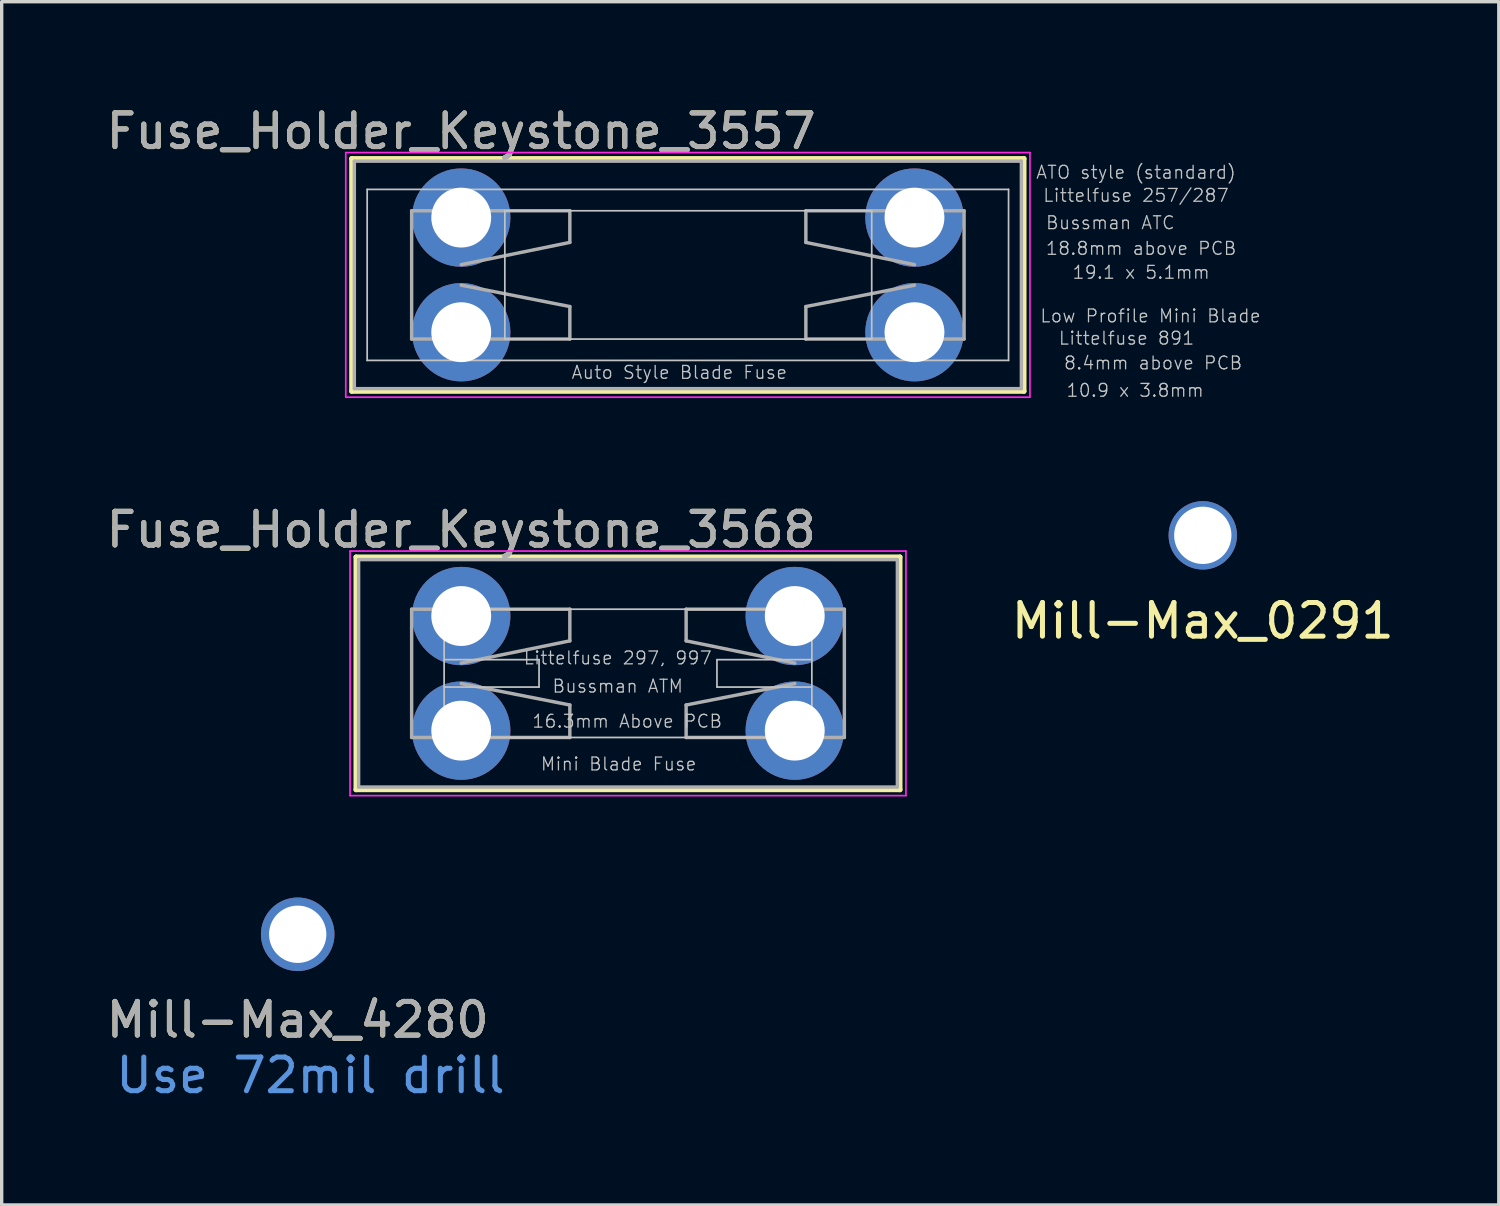
<source format=kicad_pcb>
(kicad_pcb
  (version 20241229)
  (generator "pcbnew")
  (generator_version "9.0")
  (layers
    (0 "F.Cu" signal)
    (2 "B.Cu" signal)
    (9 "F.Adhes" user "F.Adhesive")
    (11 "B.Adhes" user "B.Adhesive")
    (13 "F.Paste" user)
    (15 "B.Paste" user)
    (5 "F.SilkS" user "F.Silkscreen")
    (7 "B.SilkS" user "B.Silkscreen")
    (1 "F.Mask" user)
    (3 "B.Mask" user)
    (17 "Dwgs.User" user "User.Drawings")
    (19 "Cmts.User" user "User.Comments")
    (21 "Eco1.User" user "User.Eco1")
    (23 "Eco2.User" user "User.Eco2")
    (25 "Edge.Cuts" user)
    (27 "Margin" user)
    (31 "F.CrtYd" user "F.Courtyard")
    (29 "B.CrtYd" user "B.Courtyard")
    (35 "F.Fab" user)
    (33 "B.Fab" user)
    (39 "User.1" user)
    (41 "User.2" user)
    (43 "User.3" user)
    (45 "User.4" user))
  (footprint "Mill-Max_4280"
    (layer "F.Cu")
    (at 5.792 24.699)
    (property "Reference" "Mill-Max_4280" (at 0 2.54 0) (layer "F.Fab") (effects (font (size 1 1) (thickness 0.15))))
    (attr through_hole)
    (fp_text user "${REFERENCE}" (at 0 2.54 0) (layer "F.SilkS") (effects (font (size 1 1) (thickness 0.15))))
    (fp_text user "Use 72mil drill" (at 0.381 4.191 0) (layer "Cmts.User") (effects (font (size 1 1) (thickness 0.15))))
    (fp_text user "${REFERENCE}" (at 0 0 0) (layer "Eco1.User") (effects (font (size 0.508 0.508) (thickness 0.051))))
    (pad "1" thru_hole circle (at 0 0) (size 2.184 2.184) (drill 1.702) (layers "*.Cu" "*.Mask")))
  (footprint "Fuse_Holder_Keystone_3557"
    (layer "F.Cu")
    (at 10.649 6.817)
    (property "Reference" "Fuse_Holder_Keystone_3557" (at 0 -5.969 0) (layer "F.Fab") (effects (font (size 1 1) (thickness 0.15))))
    (attr through_hole)
    (fp_line (start -3.251 -5.156) (end 16.713 -5.156) (stroke (width 0.152) (type solid)) (layer "F.SilkS"))
    (fp_line (start -3.251 1.753) (end -3.251 -5.156) (stroke (width 0.152) (type solid)) (layer "F.SilkS"))
    (fp_line (start 16.713 -5.156) (end 16.713 1.753) (stroke (width 0.152) (type solid)) (layer "F.SilkS"))
    (fp_line (start 16.713 1.753) (end -3.251 1.753) (stroke (width 0.152) (type solid)) (layer "F.SilkS"))
    (fp_line (start -2.794 -4.242) (end -2.794 0.838) (stroke (width 0.051) (type solid)) (layer "Dwgs.User"))
    (fp_line (start -2.794 -4.242) (end 16.256 -4.242) (stroke (width 0.051) (type solid)) (layer "Dwgs.User"))
    (fp_line (start -2.794 0.838) (end 16.256 0.838) (stroke (width 0.051) (type solid)) (layer "Dwgs.User"))
    (fp_line (start 1.295 -3.607) (end 1.295 0.203) (stroke (width 0.051) (type solid)) (layer "Dwgs.User"))
    (fp_line (start 1.295 -3.607) (end 12.192 -3.607) (stroke (width 0.051) (type solid)) (layer "Dwgs.User"))
    (fp_line (start 1.295 0.203) (end 12.192 0.203) (stroke (width 0.051) (type solid)) (layer "Dwgs.User"))
    (fp_line (start 12.192 -3.607) (end 12.192 0.203) (stroke (width 0.051) (type solid)) (layer "Dwgs.User"))
    (fp_line (start 16.256 -4.242) (end 16.256 0.838) (stroke (width 0.051) (type solid)) (layer "Dwgs.User"))
    (fp_line (start -3.429 -5.334) (end 16.891 -5.334) (stroke (width 0.051) (type solid)) (layer "F.CrtYd"))
    (fp_line (start -3.429 1.93) (end -3.429 -5.334) (stroke (width 0.051) (type solid)) (layer "F.CrtYd"))
    (fp_line (start 16.891 -5.334) (end 16.891 1.93) (stroke (width 0.051) (type solid)) (layer "F.CrtYd"))
    (fp_line (start 16.891 1.93) (end -3.429 1.93) (stroke (width 0.051) (type solid)) (layer "F.CrtYd"))
    (fp_line (start -3.175 -5.08) (end 16.637 -5.08) (stroke (width 0.102) (type solid)) (layer "F.Fab"))
    (fp_line (start -3.175 1.676) (end -3.175 -5.08) (stroke (width 0.102) (type solid)) (layer "F.Fab"))
    (fp_line (start -1.473 -3.607) (end -1.473 0.203) (stroke (width 0.102) (type solid)) (layer "F.Fab"))
    (fp_line (start -1.473 -3.607) (end 3.226 -3.607) (stroke (width 0.102) (type solid)) (layer "F.Fab"))
    (fp_line (start -1.473 0.203) (end 3.226 0.203) (stroke (width 0.102) (type solid)) (layer "F.Fab"))
    (fp_line (start 0 -2.007) (end 3.226 -2.667) (stroke (width 0.102) (type solid)) (layer "F.Fab"))
    (fp_line (start 0 -1.397) (end 3.226 -0.762) (stroke (width 0.102) (type solid)) (layer "F.Fab"))
    (fp_line (start 3.226 -3.607) (end 3.226 -2.667) (stroke (width 0.102) (type solid)) (layer "F.Fab"))
    (fp_line (start 3.226 -0.762) (end 3.226 0.203) (stroke (width 0.102) (type solid)) (layer "F.Fab"))
    (fp_line (start 10.236 -3.607) (end 10.236 -2.667) (stroke (width 0.102) (type solid)) (layer "F.Fab"))
    (fp_line (start 10.236 -3.607) (end 14.935 -3.607) (stroke (width 0.102) (type solid)) (layer "F.Fab"))
    (fp_line (start 10.236 -2.667) (end 13.462 -2.007) (stroke (width 0.102) (type solid)) (layer "F.Fab"))
    (fp_line (start 10.236 -0.762) (end 13.462 -1.397) (stroke (width 0.102) (type solid)) (layer "F.Fab"))
    (fp_line (start 10.236 0.203) (end 10.236 -0.762) (stroke (width 0.102) (type solid)) (layer "F.Fab"))
    (fp_line (start 10.236 0.203) (end 14.935 0.203) (stroke (width 0.102) (type solid)) (layer "F.Fab"))
    (fp_line (start 14.935 -3.607) (end 14.935 0.203) (stroke (width 0.102) (type solid)) (layer "F.Fab"))
    (fp_line (start 16.637 -5.08) (end 16.637 1.676) (stroke (width 0.102) (type solid)) (layer "F.Fab"))
    (fp_line (start 16.637 1.676) (end -3.175 1.676) (stroke (width 0.102) (type solid)) (layer "F.Fab"))
    (fp_text user "${REFERENCE}" (at 0 -5.969 0) (layer "F.SilkS") (effects (font (size 1 1) (thickness 0.15))))
    (fp_text user "ATO style (standard)" (at 20.041 -4.75 0) (layer "Dwgs.User") (effects (font (size 0.381 0.381) (thickness 0.038))))
    (fp_text user "19.1 x 5.1mm" (at 20.193 -1.778 0) (layer "Dwgs.User") (effects (font (size 0.381 0.381) (thickness 0.038))))
    (fp_text user "Bussman ATC" (at 19.279 -3.251 0) (layer "Dwgs.User") (effects (font (size 0.381 0.381) (thickness 0.038))))
    (fp_text user "10.9 x 3.8mm" (at 20.015 1.727 0) (layer "Dwgs.User") (effects (font (size 0.381 0.381) (thickness 0.038))))
    (fp_text user "Littelfuse 257/287" (at 20.041 -4.064 0) (layer "Dwgs.User") (effects (font (size 0.381 0.381) (thickness 0.038))))
    (fp_text user "18.8mm above PCB" (at 20.193 -2.489 0) (layer "Dwgs.User") (effects (font (size 0.381 0.381) (thickness 0.038))))
    (fp_text user "Littelfuse 891" (at 19.761 0.178 0) (layer "Dwgs.User") (effects (font (size 0.381 0.381) (thickness 0.038))))
    (fp_text user "Auto Style Blade Fuse" (at 6.477 1.194 0) (layer "Dwgs.User") (effects (font (size 0.381 0.381) (thickness 0.038))))
    (fp_text user "Low Profile Mini Blade" (at 20.472 -0.483 0) (layer "Dwgs.User") (effects (font (size 0.381 0.381) (thickness 0.038))))
    (fp_text user "8.4mm above PCB" (at 20.549 0.914 0) (layer "Dwgs.User") (effects (font (size 0.381 0.381) (thickness 0.038))))
    (fp_text user "${REFERENCE}" (at 4.978 -4.242 0) (layer "Eco1.User") (effects (font (size 0.762 0.762) (thickness 0.076))))
    (pad "1" thru_hole circle (at 0 -3.404) (size 2.921 2.921) (drill 1.778) (layers "*.Cu" "*.Mask"))
    (pad "1" thru_hole circle (at 0 0) (size 2.921 2.921) (drill 1.778) (layers "*.Cu" "*.Mask"))
    (pad "2" thru_hole circle (at 13.462 -3.404) (size 2.921 2.921) (drill 1.778) (layers "*.Cu" "*.Mask"))
    (pad "2" thru_hole circle (at 13.462 0) (size 2.921 2.921) (drill 1.778) (layers "*.Cu" "*.Mask")))
  (footprint "Mill-Max_0291"
    (layer "F.Cu")
    (at 32.674 12.85)
    (property "Reference" "Mill-Max_0291" (at 0 2.54 0) (layer "F.SilkS") (effects (font (size 1 1) (thickness 0.15))))
    (attr through_hole)
    (pad "1" thru_hole circle (at 0 0) (size 2.032 2.032) (drill 1.702) (layers "*.Cu" "*.Mask")))
  (footprint "Fuse_Holder_Keystone_3568"
    (layer "F.Cu")
    (at 10.649 18.651)
    (property "Reference" "Fuse_Holder_Keystone_3568" (at 0 -5.969 0) (layer "F.Fab") (effects (font (size 1 1) (thickness 0.15))))
    (attr through_hole)
    (fp_line (start -3.124 -5.156) (end 13.03 -5.156) (stroke (width 0.152) (type solid)) (layer "F.SilkS"))
    (fp_line (start -3.124 1.753) (end -3.124 -5.156) (stroke (width 0.152) (type solid)) (layer "F.SilkS"))
    (fp_line (start 13.03 -5.156) (end 13.03 1.753) (stroke (width 0.152) (type solid)) (layer "F.SilkS"))
    (fp_line (start 13.03 1.753) (end -3.124 1.753) (stroke (width 0.152) (type solid)) (layer "F.SilkS"))
    (fp_line (start -0.508 -3.607) (end -0.508 0.203) (stroke (width 0.051) (type solid)) (layer "Dwgs.User"))
    (fp_line (start -0.508 -3.607) (end 10.414 -3.607) (stroke (width 0.051) (type solid)) (layer "Dwgs.User"))
    (fp_line (start -0.508 -2.108) (end 2.311 -2.108) (stroke (width 0.051) (type solid)) (layer "Dwgs.User"))
    (fp_line (start -0.508 -1.295) (end 2.311 -1.295) (stroke (width 0.051) (type solid)) (layer "Dwgs.User"))
    (fp_line (start -0.508 0.203) (end 10.414 0.203) (stroke (width 0.051) (type solid)) (layer "Dwgs.User"))
    (fp_line (start 2.311 -2.108) (end 2.311 -1.295) (stroke (width 0.051) (type solid)) (layer "Dwgs.User"))
    (fp_line (start 7.595 -2.108) (end 7.595 -1.295) (stroke (width 0.051) (type solid)) (layer "Dwgs.User"))
    (fp_line (start 7.595 -2.108) (end 10.414 -2.108) (stroke (width 0.051) (type solid)) (layer "Dwgs.User"))
    (fp_line (start 7.595 -1.295) (end 10.414 -1.295) (stroke (width 0.051) (type solid)) (layer "Dwgs.User"))
    (fp_line (start 10.414 -3.607) (end 10.414 0.203) (stroke (width 0.051) (type solid)) (layer "Dwgs.User"))
    (fp_line (start -3.302 -5.334) (end 13.208 -5.334) (stroke (width 0.051) (type solid)) (layer "F.CrtYd"))
    (fp_line (start -3.302 1.93) (end -3.302 -5.334) (stroke (width 0.051) (type solid)) (layer "F.CrtYd"))
    (fp_line (start 13.208 -5.334) (end 13.208 1.93) (stroke (width 0.051) (type solid)) (layer "F.CrtYd"))
    (fp_line (start 13.208 1.93) (end -3.302 1.93) (stroke (width 0.051) (type solid)) (layer "F.CrtYd"))
    (fp_line (start -3.048 -5.08) (end 12.954 -5.08) (stroke (width 0.102) (type solid)) (layer "F.Fab"))
    (fp_line (start -3.048 1.676) (end -3.048 -5.08) (stroke (width 0.102) (type solid)) (layer "F.Fab"))
    (fp_line (start -1.473 -3.607) (end -1.473 0.203) (stroke (width 0.102) (type solid)) (layer "F.Fab"))
    (fp_line (start -1.473 -3.607) (end 3.226 -3.607) (stroke (width 0.102) (type solid)) (layer "F.Fab"))
    (fp_line (start -1.473 0.203) (end 3.226 0.203) (stroke (width 0.102) (type solid)) (layer "F.Fab"))
    (fp_line (start 0 -2.007) (end 3.226 -2.667) (stroke (width 0.102) (type solid)) (layer "F.Fab"))
    (fp_line (start 0 -1.397) (end 3.226 -0.762) (stroke (width 0.102) (type solid)) (layer "F.Fab"))
    (fp_line (start 3.226 -3.607) (end 3.226 -2.667) (stroke (width 0.102) (type solid)) (layer "F.Fab"))
    (fp_line (start 3.226 -0.762) (end 3.226 0.203) (stroke (width 0.102) (type solid)) (layer "F.Fab"))
    (fp_line (start 6.68 -3.607) (end 6.68 -2.667) (stroke (width 0.102) (type solid)) (layer "F.Fab"))
    (fp_line (start 6.68 -3.607) (end 11.379 -3.607) (stroke (width 0.102) (type solid)) (layer "F.Fab"))
    (fp_line (start 6.68 -2.667) (end 9.906 -2.007) (stroke (width 0.102) (type solid)) (layer "F.Fab"))
    (fp_line (start 6.68 -0.762) (end 9.906 -1.397) (stroke (width 0.102) (type solid)) (layer "F.Fab"))
    (fp_line (start 6.68 0.203) (end 6.68 -0.762) (stroke (width 0.102) (type solid)) (layer "F.Fab"))
    (fp_line (start 6.68 0.203) (end 11.379 0.203) (stroke (width 0.102) (type solid)) (layer "F.Fab"))
    (fp_line (start 11.379 -3.607) (end 11.379 0.203) (stroke (width 0.102) (type solid)) (layer "F.Fab"))
    (fp_line (start 12.954 -5.08) (end 12.954 1.676) (stroke (width 0.102) (type solid)) (layer "F.Fab"))
    (fp_line (start 12.954 1.676) (end -3.048 1.676) (stroke (width 0.102) (type solid)) (layer "F.Fab"))
    (fp_text user "${REFERENCE}" (at 0 -5.969 0) (layer "F.SilkS") (effects (font (size 1 1) (thickness 0.15))))
    (fp_text user "Bussman ATM" (at 4.648 -1.321 0) (layer "Dwgs.User") (effects (font (size 0.381 0.381) (thickness 0.038))))
    (fp_text user "16.3mm Above PCB" (at 4.928 -0.279 0) (layer "Dwgs.User") (effects (font (size 0.381 0.381) (thickness 0.038))))
    (fp_text user "Littelfuse 297, 997" (at 4.648 -2.159 0) (layer "Dwgs.User") (effects (font (size 0.381 0.381) (thickness 0.038))))
    (fp_text user "Mini Blade Fuse" (at 4.674 0.991 0) (layer "Dwgs.User") (effects (font (size 0.381 0.381) (thickness 0.038))))
    (fp_text user "${REFERENCE}" (at 4.978 -4.242 0) (layer "Eco1.User") (effects (font (size 0.762 0.762) (thickness 0.076))))
    (pad "1" thru_hole circle (at 0 -3.404) (size 2.921 2.921) (drill 1.778) (layers "*.Cu" "*.Mask"))
    (pad "1" thru_hole circle (at 0 0) (size 2.921 2.921) (drill 1.778) (layers "*.Cu" "*.Mask"))
    (pad "2" thru_hole circle (at 9.906 -3.404) (size 2.921 2.921) (drill 1.778) (layers "*.Cu" "*.Mask"))
    (pad "2" thru_hole circle (at 9.906 0) (size 2.921 2.921) (drill 1.778) (layers "*.Cu" "*.Mask")))
  (gr_rect
    (start -3 -3)
    (end 41.466 32.739)
    (stroke (width 0.1) (type default))
    (fill no)
    (layer "Edge.Cuts")))
</source>
